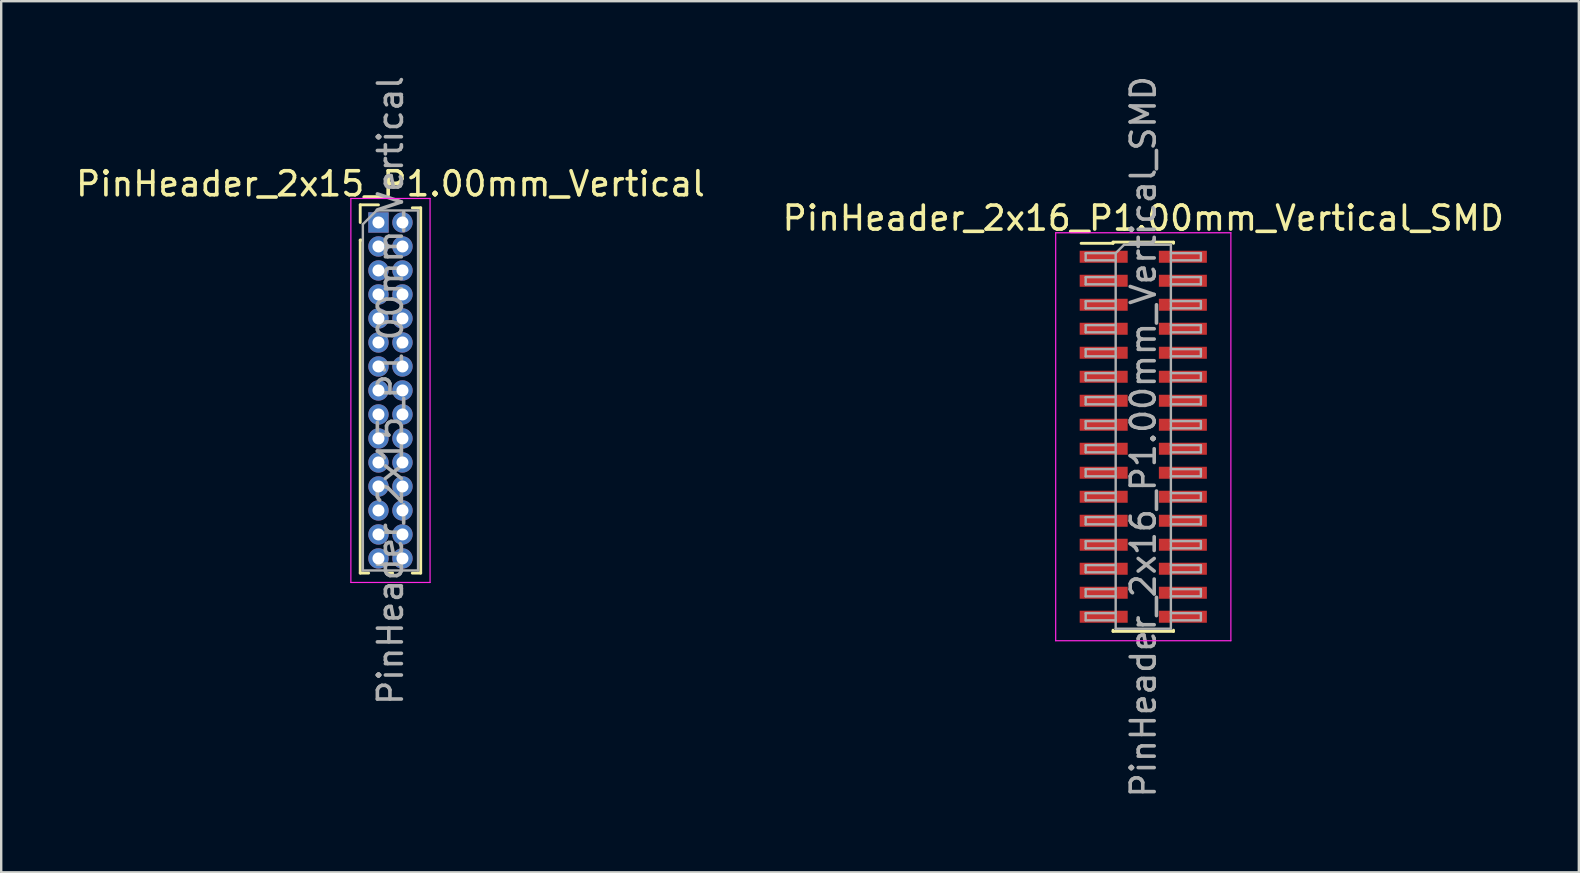
<source format=kicad_pcb>
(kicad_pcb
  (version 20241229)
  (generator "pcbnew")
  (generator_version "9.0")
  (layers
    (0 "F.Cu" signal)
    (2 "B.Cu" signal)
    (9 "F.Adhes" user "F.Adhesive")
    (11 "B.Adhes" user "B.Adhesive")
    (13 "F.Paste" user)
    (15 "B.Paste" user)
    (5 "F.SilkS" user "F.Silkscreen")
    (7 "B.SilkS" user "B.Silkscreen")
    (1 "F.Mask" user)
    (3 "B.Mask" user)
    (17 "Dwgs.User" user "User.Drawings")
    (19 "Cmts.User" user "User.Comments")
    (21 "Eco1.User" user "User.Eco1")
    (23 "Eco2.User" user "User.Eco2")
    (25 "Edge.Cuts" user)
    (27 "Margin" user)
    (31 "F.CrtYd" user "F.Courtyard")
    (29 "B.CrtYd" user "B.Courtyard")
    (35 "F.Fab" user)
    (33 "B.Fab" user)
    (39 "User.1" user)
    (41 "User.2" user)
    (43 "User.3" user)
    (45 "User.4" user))
  (footprint "PinHeader_2x15_P1.00mm_Vertical"
    (layer "F.Cu")
    (at 12.72 6.22)
    (property "Reference" "PinHeader_2x15_P1.00mm_Vertical" (at 0.5 -1.61 0) (layer "F.SilkS") (effects (font (size 1 1) (thickness 0.15))))
    (attr through_hole)
    (fp_line (start -0.76 -0.735) (end 0 -0.735) (stroke (width 0.12) (type solid)) (layer "F.SilkS"))
    (fp_line (start -0.76 0) (end -0.76 -0.735) (stroke (width 0.12) (type solid)) (layer "F.SilkS"))
    (fp_line (start -0.76 0.735) (end -0.76 14.61) (stroke (width 0.12) (type solid)) (layer "F.SilkS"))
    (fp_line (start -0.76 0.735) (end -0.686 0.735) (stroke (width 0.12) (type solid)) (layer "F.SilkS"))
    (fp_line (start -0.76 14.61) (end -0.41 14.61) (stroke (width 0.12) (type solid)) (layer "F.SilkS"))
    (fp_line (start 0.41 14.61) (end 0.59 14.61) (stroke (width 0.12) (type solid)) (layer "F.SilkS"))
    (fp_line (start 1.41 -0.61) (end 1.76 -0.61) (stroke (width 0.12) (type solid)) (layer "F.SilkS"))
    (fp_line (start 1.41 14.61) (end 1.76 14.61) (stroke (width 0.12) (type solid)) (layer "F.SilkS"))
    (fp_line (start 1.76 -0.61) (end 1.76 14.61) (stroke (width 0.12) (type solid)) (layer "F.SilkS"))
    (fp_line (start -1.15 -1) (end -1.15 15) (stroke (width 0.05) (type solid)) (layer "F.CrtYd"))
    (fp_line (start -1.15 15) (end 2.15 15) (stroke (width 0.05) (type solid)) (layer "F.CrtYd"))
    (fp_line (start 2.15 -1) (end -1.15 -1) (stroke (width 0.05) (type solid)) (layer "F.CrtYd"))
    (fp_line (start 2.15 15) (end 2.15 -1) (stroke (width 0.05) (type solid)) (layer "F.CrtYd"))
    (fp_line (start -0.65 0.075) (end -0.075 -0.5) (stroke (width 0.1) (type solid)) (layer "F.Fab"))
    (fp_line (start -0.65 14.5) (end -0.65 0.075) (stroke (width 0.1) (type solid)) (layer "F.Fab"))
    (fp_line (start -0.075 -0.5) (end 1.65 -0.5) (stroke (width 0.1) (type solid)) (layer "F.Fab"))
    (fp_line (start 1.65 -0.5) (end 1.65 14.5) (stroke (width 0.1) (type solid)) (layer "F.Fab"))
    (fp_line (start 1.65 14.5) (end -0.65 14.5) (stroke (width 0.1) (type solid)) (layer "F.Fab"))
    (fp_text user "${REFERENCE}" (at 0.5 7 90) (layer "F.Fab") (effects (font (size 1 1) (thickness 0.15))))
    (pad "1" thru_hole rect (at 0 0) (size 0.85 0.85) (drill 0.5) (layers "*.Cu" "*.Mask"))
    (pad "2" thru_hole circle (at 1 0) (size 0.85 0.85) (drill 0.5) (layers "*.Cu" "*.Mask"))
    (pad "3" thru_hole circle (at 0 1) (size 0.85 0.85) (drill 0.5) (layers "*.Cu" "*.Mask"))
    (pad "4" thru_hole circle (at 1 1) (size 0.85 0.85) (drill 0.5) (layers "*.Cu" "*.Mask"))
    (pad "5" thru_hole circle (at 0 2) (size 0.85 0.85) (drill 0.5) (layers "*.Cu" "*.Mask"))
    (pad "6" thru_hole circle (at 1 2) (size 0.85 0.85) (drill 0.5) (layers "*.Cu" "*.Mask"))
    (pad "7" thru_hole circle (at 0 3) (size 0.85 0.85) (drill 0.5) (layers "*.Cu" "*.Mask"))
    (pad "8" thru_hole circle (at 1 3) (size 0.85 0.85) (drill 0.5) (layers "*.Cu" "*.Mask"))
    (pad "9" thru_hole circle (at 0 4) (size 0.85 0.85) (drill 0.5) (layers "*.Cu" "*.Mask"))
    (pad "10" thru_hole circle (at 1 4) (size 0.85 0.85) (drill 0.5) (layers "*.Cu" "*.Mask"))
    (pad "11" thru_hole circle (at 0 5) (size 0.85 0.85) (drill 0.5) (layers "*.Cu" "*.Mask"))
    (pad "12" thru_hole circle (at 1 5) (size 0.85 0.85) (drill 0.5) (layers "*.Cu" "*.Mask"))
    (pad "13" thru_hole circle (at 0 6) (size 0.85 0.85) (drill 0.5) (layers "*.Cu" "*.Mask"))
    (pad "14" thru_hole circle (at 1 6) (size 0.85 0.85) (drill 0.5) (layers "*.Cu" "*.Mask"))
    (pad "15" thru_hole circle (at 0 7) (size 0.85 0.85) (drill 0.5) (layers "*.Cu" "*.Mask"))
    (pad "16" thru_hole circle (at 1 7) (size 0.85 0.85) (drill 0.5) (layers "*.Cu" "*.Mask"))
    (pad "17" thru_hole circle (at 0 8) (size 0.85 0.85) (drill 0.5) (layers "*.Cu" "*.Mask"))
    (pad "18" thru_hole circle (at 1 8) (size 0.85 0.85) (drill 0.5) (layers "*.Cu" "*.Mask"))
    (pad "19" thru_hole circle (at 0 9) (size 0.85 0.85) (drill 0.5) (layers "*.Cu" "*.Mask"))
    (pad "20" thru_hole circle (at 1 9) (size 0.85 0.85) (drill 0.5) (layers "*.Cu" "*.Mask"))
    (pad "21" thru_hole circle (at 0 10) (size 0.85 0.85) (drill 0.5) (layers "*.Cu" "*.Mask"))
    (pad "22" thru_hole circle (at 1 10) (size 0.85 0.85) (drill 0.5) (layers "*.Cu" "*.Mask"))
    (pad "23" thru_hole circle (at 0 11) (size 0.85 0.85) (drill 0.5) (layers "*.Cu" "*.Mask"))
    (pad "24" thru_hole circle (at 1 11) (size 0.85 0.85) (drill 0.5) (layers "*.Cu" "*.Mask"))
    (pad "25" thru_hole circle (at 0 12) (size 0.85 0.85) (drill 0.5) (layers "*.Cu" "*.Mask"))
    (pad "26" thru_hole circle (at 1 12) (size 0.85 0.85) (drill 0.5) (layers "*.Cu" "*.Mask"))
    (pad "27" thru_hole circle (at 0 13) (size 0.85 0.85) (drill 0.5) (layers "*.Cu" "*.Mask"))
    (pad "28" thru_hole circle (at 1 13) (size 0.85 0.85) (drill 0.5) (layers "*.Cu" "*.Mask"))
    (pad "29" thru_hole circle (at 0 14) (size 0.85 0.85) (drill 0.5) (layers "*.Cu" "*.Mask"))
    (pad "30" thru_hole circle (at 1 14) (size 0.85 0.85) (drill 0.5) (layers "*.Cu" "*.Mask")))
  (footprint "PinHeader_2x16_P1.00mm_Vertical_SMD"
    (layer "F.Cu")
    (at 44.589 15.149)
    (property "Reference" "PinHeader_2x16_P1.00mm_Vertical_SMD" (at 0 -9.11 0) (layer "F.SilkS") (effects (font (size 1 1) (thickness 0.15))))
    (attr smd)
    (fp_line (start -2.59 -8.06) (end -1.26 -8.06) (stroke (width 0.12) (type solid)) (layer "F.SilkS"))
    (fp_line (start -1.26 -8.11) (end -1.26 -8.06) (stroke (width 0.12) (type solid)) (layer "F.SilkS"))
    (fp_line (start -1.26 -8.11) (end 1.26 -8.11) (stroke (width 0.12) (type solid)) (layer "F.SilkS"))
    (fp_line (start -1.26 8.06) (end -1.26 8.11) (stroke (width 0.12) (type solid)) (layer "F.SilkS"))
    (fp_line (start -1.26 8.11) (end 1.26 8.11) (stroke (width 0.12) (type solid)) (layer "F.SilkS"))
    (fp_line (start 1.26 -8.11) (end 1.26 -8.06) (stroke (width 0.12) (type solid)) (layer "F.SilkS"))
    (fp_line (start 1.26 8.06) (end 1.26 8.11) (stroke (width 0.12) (type solid)) (layer "F.SilkS"))
    (fp_line (start -3.65 -8.5) (end -3.65 8.5) (stroke (width 0.05) (type solid)) (layer "F.CrtYd"))
    (fp_line (start -3.65 8.5) (end 3.65 8.5) (stroke (width 0.05) (type solid)) (layer "F.CrtYd"))
    (fp_line (start 3.65 -8.5) (end -3.65 -8.5) (stroke (width 0.05) (type solid)) (layer "F.CrtYd"))
    (fp_line (start 3.65 8.5) (end 3.65 -8.5) (stroke (width 0.05) (type solid)) (layer "F.CrtYd"))
    (fp_line (start -2.4 -7.65) (end -2.4 -7.35) (stroke (width 0.1) (type solid)) (layer "F.Fab"))
    (fp_line (start -2.4 -7.35) (end -1.15 -7.35) (stroke (width 0.1) (type solid)) (layer "F.Fab"))
    (fp_line (start -2.4 -6.65) (end -2.4 -6.35) (stroke (width 0.1) (type solid)) (layer "F.Fab"))
    (fp_line (start -2.4 -6.35) (end -1.15 -6.35) (stroke (width 0.1) (type solid)) (layer "F.Fab"))
    (fp_line (start -2.4 -5.65) (end -2.4 -5.35) (stroke (width 0.1) (type solid)) (layer "F.Fab"))
    (fp_line (start -2.4 -5.35) (end -1.15 -5.35) (stroke (width 0.1) (type solid)) (layer "F.Fab"))
    (fp_line (start -2.4 -4.65) (end -2.4 -4.35) (stroke (width 0.1) (type solid)) (layer "F.Fab"))
    (fp_line (start -2.4 -4.35) (end -1.15 -4.35) (stroke (width 0.1) (type solid)) (layer "F.Fab"))
    (fp_line (start -2.4 -3.65) (end -2.4 -3.35) (stroke (width 0.1) (type solid)) (layer "F.Fab"))
    (fp_line (start -2.4 -3.35) (end -1.15 -3.35) (stroke (width 0.1) (type solid)) (layer "F.Fab"))
    (fp_line (start -2.4 -2.65) (end -2.4 -2.35) (stroke (width 0.1) (type solid)) (layer "F.Fab"))
    (fp_line (start -2.4 -2.35) (end -1.15 -2.35) (stroke (width 0.1) (type solid)) (layer "F.Fab"))
    (fp_line (start -2.4 -1.65) (end -2.4 -1.35) (stroke (width 0.1) (type solid)) (layer "F.Fab"))
    (fp_line (start -2.4 -1.35) (end -1.15 -1.35) (stroke (width 0.1) (type solid)) (layer "F.Fab"))
    (fp_line (start -2.4 -0.65) (end -2.4 -0.35) (stroke (width 0.1) (type solid)) (layer "F.Fab"))
    (fp_line (start -2.4 -0.35) (end -1.15 -0.35) (stroke (width 0.1) (type solid)) (layer "F.Fab"))
    (fp_line (start -2.4 0.35) (end -2.4 0.65) (stroke (width 0.1) (type solid)) (layer "F.Fab"))
    (fp_line (start -2.4 0.65) (end -1.15 0.65) (stroke (width 0.1) (type solid)) (layer "F.Fab"))
    (fp_line (start -2.4 1.35) (end -2.4 1.65) (stroke (width 0.1) (type solid)) (layer "F.Fab"))
    (fp_line (start -2.4 1.65) (end -1.15 1.65) (stroke (width 0.1) (type solid)) (layer "F.Fab"))
    (fp_line (start -2.4 2.35) (end -2.4 2.65) (stroke (width 0.1) (type solid)) (layer "F.Fab"))
    (fp_line (start -2.4 2.65) (end -1.15 2.65) (stroke (width 0.1) (type solid)) (layer "F.Fab"))
    (fp_line (start -2.4 3.35) (end -2.4 3.65) (stroke (width 0.1) (type solid)) (layer "F.Fab"))
    (fp_line (start -2.4 3.65) (end -1.15 3.65) (stroke (width 0.1) (type solid)) (layer "F.Fab"))
    (fp_line (start -2.4 4.35) (end -2.4 4.65) (stroke (width 0.1) (type solid)) (layer "F.Fab"))
    (fp_line (start -2.4 4.65) (end -1.15 4.65) (stroke (width 0.1) (type solid)) (layer "F.Fab"))
    (fp_line (start -2.4 5.35) (end -2.4 5.65) (stroke (width 0.1) (type solid)) (layer "F.Fab"))
    (fp_line (start -2.4 5.65) (end -1.15 5.65) (stroke (width 0.1) (type solid)) (layer "F.Fab"))
    (fp_line (start -2.4 6.35) (end -2.4 6.65) (stroke (width 0.1) (type solid)) (layer "F.Fab"))
    (fp_line (start -2.4 6.65) (end -1.15 6.65) (stroke (width 0.1) (type solid)) (layer "F.Fab"))
    (fp_line (start -2.4 7.35) (end -2.4 7.65) (stroke (width 0.1) (type solid)) (layer "F.Fab"))
    (fp_line (start -2.4 7.65) (end -1.15 7.65) (stroke (width 0.1) (type solid)) (layer "F.Fab"))
    (fp_line (start -1.15 -7.65) (end -2.4 -7.65) (stroke (width 0.1) (type solid)) (layer "F.Fab"))
    (fp_line (start -1.15 -7.65) (end -0.8 -8) (stroke (width 0.1) (type solid)) (layer "F.Fab"))
    (fp_line (start -1.15 -6.65) (end -2.4 -6.65) (stroke (width 0.1) (type solid)) (layer "F.Fab"))
    (fp_line (start -1.15 -5.65) (end -2.4 -5.65) (stroke (width 0.1) (type solid)) (layer "F.Fab"))
    (fp_line (start -1.15 -4.65) (end -2.4 -4.65) (stroke (width 0.1) (type solid)) (layer "F.Fab"))
    (fp_line (start -1.15 -3.65) (end -2.4 -3.65) (stroke (width 0.1) (type solid)) (layer "F.Fab"))
    (fp_line (start -1.15 -2.65) (end -2.4 -2.65) (stroke (width 0.1) (type solid)) (layer "F.Fab"))
    (fp_line (start -1.15 -1.65) (end -2.4 -1.65) (stroke (width 0.1) (type solid)) (layer "F.Fab"))
    (fp_line (start -1.15 -0.65) (end -2.4 -0.65) (stroke (width 0.1) (type solid)) (layer "F.Fab"))
    (fp_line (start -1.15 0.35) (end -2.4 0.35) (stroke (width 0.1) (type solid)) (layer "F.Fab"))
    (fp_line (start -1.15 1.35) (end -2.4 1.35) (stroke (width 0.1) (type solid)) (layer "F.Fab"))
    (fp_line (start -1.15 2.35) (end -2.4 2.35) (stroke (width 0.1) (type solid)) (layer "F.Fab"))
    (fp_line (start -1.15 3.35) (end -2.4 3.35) (stroke (width 0.1) (type solid)) (layer "F.Fab"))
    (fp_line (start -1.15 4.35) (end -2.4 4.35) (stroke (width 0.1) (type solid)) (layer "F.Fab"))
    (fp_line (start -1.15 5.35) (end -2.4 5.35) (stroke (width 0.1) (type solid)) (layer "F.Fab"))
    (fp_line (start -1.15 6.35) (end -2.4 6.35) (stroke (width 0.1) (type solid)) (layer "F.Fab"))
    (fp_line (start -1.15 7.35) (end -2.4 7.35) (stroke (width 0.1) (type solid)) (layer "F.Fab"))
    (fp_line (start -1.15 8) (end -1.15 -7.65) (stroke (width 0.1) (type solid)) (layer "F.Fab"))
    (fp_line (start -0.8 -8) (end 1.15 -8) (stroke (width 0.1) (type solid)) (layer "F.Fab"))
    (fp_line (start 1.15 -8) (end 1.15 8) (stroke (width 0.1) (type solid)) (layer "F.Fab"))
    (fp_line (start 1.15 -7.65) (end 2.4 -7.65) (stroke (width 0.1) (type solid)) (layer "F.Fab"))
    (fp_line (start 1.15 -6.65) (end 2.4 -6.65) (stroke (width 0.1) (type solid)) (layer "F.Fab"))
    (fp_line (start 1.15 -5.65) (end 2.4 -5.65) (stroke (width 0.1) (type solid)) (layer "F.Fab"))
    (fp_line (start 1.15 -4.65) (end 2.4 -4.65) (stroke (width 0.1) (type solid)) (layer "F.Fab"))
    (fp_line (start 1.15 -3.65) (end 2.4 -3.65) (stroke (width 0.1) (type solid)) (layer "F.Fab"))
    (fp_line (start 1.15 -2.65) (end 2.4 -2.65) (stroke (width 0.1) (type solid)) (layer "F.Fab"))
    (fp_line (start 1.15 -1.65) (end 2.4 -1.65) (stroke (width 0.1) (type solid)) (layer "F.Fab"))
    (fp_line (start 1.15 -0.65) (end 2.4 -0.65) (stroke (width 0.1) (type solid)) (layer "F.Fab"))
    (fp_line (start 1.15 0.35) (end 2.4 0.35) (stroke (width 0.1) (type solid)) (layer "F.Fab"))
    (fp_line (start 1.15 1.35) (end 2.4 1.35) (stroke (width 0.1) (type solid)) (layer "F.Fab"))
    (fp_line (start 1.15 2.35) (end 2.4 2.35) (stroke (width 0.1) (type solid)) (layer "F.Fab"))
    (fp_line (start 1.15 3.35) (end 2.4 3.35) (stroke (width 0.1) (type solid)) (layer "F.Fab"))
    (fp_line (start 1.15 4.35) (end 2.4 4.35) (stroke (width 0.1) (type solid)) (layer "F.Fab"))
    (fp_line (start 1.15 5.35) (end 2.4 5.35) (stroke (width 0.1) (type solid)) (layer "F.Fab"))
    (fp_line (start 1.15 6.35) (end 2.4 6.35) (stroke (width 0.1) (type solid)) (layer "F.Fab"))
    (fp_line (start 1.15 7.35) (end 2.4 7.35) (stroke (width 0.1) (type solid)) (layer "F.Fab"))
    (fp_line (start 1.15 8) (end -1.15 8) (stroke (width 0.1) (type solid)) (layer "F.Fab"))
    (fp_line (start 2.4 -7.65) (end 2.4 -7.35) (stroke (width 0.1) (type solid)) (layer "F.Fab"))
    (fp_line (start 2.4 -7.35) (end 1.15 -7.35) (stroke (width 0.1) (type solid)) (layer "F.Fab"))
    (fp_line (start 2.4 -6.65) (end 2.4 -6.35) (stroke (width 0.1) (type solid)) (layer "F.Fab"))
    (fp_line (start 2.4 -6.35) (end 1.15 -6.35) (stroke (width 0.1) (type solid)) (layer "F.Fab"))
    (fp_line (start 2.4 -5.65) (end 2.4 -5.35) (stroke (width 0.1) (type solid)) (layer "F.Fab"))
    (fp_line (start 2.4 -5.35) (end 1.15 -5.35) (stroke (width 0.1) (type solid)) (layer "F.Fab"))
    (fp_line (start 2.4 -4.65) (end 2.4 -4.35) (stroke (width 0.1) (type solid)) (layer "F.Fab"))
    (fp_line (start 2.4 -4.35) (end 1.15 -4.35) (stroke (width 0.1) (type solid)) (layer "F.Fab"))
    (fp_line (start 2.4 -3.65) (end 2.4 -3.35) (stroke (width 0.1) (type solid)) (layer "F.Fab"))
    (fp_line (start 2.4 -3.35) (end 1.15 -3.35) (stroke (width 0.1) (type solid)) (layer "F.Fab"))
    (fp_line (start 2.4 -2.65) (end 2.4 -2.35) (stroke (width 0.1) (type solid)) (layer "F.Fab"))
    (fp_line (start 2.4 -2.35) (end 1.15 -2.35) (stroke (width 0.1) (type solid)) (layer "F.Fab"))
    (fp_line (start 2.4 -1.65) (end 2.4 -1.35) (stroke (width 0.1) (type solid)) (layer "F.Fab"))
    (fp_line (start 2.4 -1.35) (end 1.15 -1.35) (stroke (width 0.1) (type solid)) (layer "F.Fab"))
    (fp_line (start 2.4 -0.65) (end 2.4 -0.35) (stroke (width 0.1) (type solid)) (layer "F.Fab"))
    (fp_line (start 2.4 -0.35) (end 1.15 -0.35) (stroke (width 0.1) (type solid)) (layer "F.Fab"))
    (fp_line (start 2.4 0.35) (end 2.4 0.65) (stroke (width 0.1) (type solid)) (layer "F.Fab"))
    (fp_line (start 2.4 0.65) (end 1.15 0.65) (stroke (width 0.1) (type solid)) (layer "F.Fab"))
    (fp_line (start 2.4 1.35) (end 2.4 1.65) (stroke (width 0.1) (type solid)) (layer "F.Fab"))
    (fp_line (start 2.4 1.65) (end 1.15 1.65) (stroke (width 0.1) (type solid)) (layer "F.Fab"))
    (fp_line (start 2.4 2.35) (end 2.4 2.65) (stroke (width 0.1) (type solid)) (layer "F.Fab"))
    (fp_line (start 2.4 2.65) (end 1.15 2.65) (stroke (width 0.1) (type solid)) (layer "F.Fab"))
    (fp_line (start 2.4 3.35) (end 2.4 3.65) (stroke (width 0.1) (type solid)) (layer "F.Fab"))
    (fp_line (start 2.4 3.65) (end 1.15 3.65) (stroke (width 0.1) (type solid)) (layer "F.Fab"))
    (fp_line (start 2.4 4.35) (end 2.4 4.65) (stroke (width 0.1) (type solid)) (layer "F.Fab"))
    (fp_line (start 2.4 4.65) (end 1.15 4.65) (stroke (width 0.1) (type solid)) (layer "F.Fab"))
    (fp_line (start 2.4 5.35) (end 2.4 5.65) (stroke (width 0.1) (type solid)) (layer "F.Fab"))
    (fp_line (start 2.4 5.65) (end 1.15 5.65) (stroke (width 0.1) (type solid)) (layer "F.Fab"))
    (fp_line (start 2.4 6.35) (end 2.4 6.65) (stroke (width 0.1) (type solid)) (layer "F.Fab"))
    (fp_line (start 2.4 6.65) (end 1.15 6.65) (stroke (width 0.1) (type solid)) (layer "F.Fab"))
    (fp_line (start 2.4 7.35) (end 2.4 7.65) (stroke (width 0.1) (type solid)) (layer "F.Fab"))
    (fp_line (start 2.4 7.65) (end 1.15 7.65) (stroke (width 0.1) (type solid)) (layer "F.Fab"))
    (fp_text user "${REFERENCE}" (at 0 0 90) (layer "F.Fab") (effects (font (size 1 1) (thickness 0.15))))
    (pad "1" smd rect (at -1.65 -7.5) (size 2 0.5) (layers "F.Cu" "F.Mask" "F.Paste"))
    (pad "2" smd rect (at 1.65 -7.5) (size 2 0.5) (layers "F.Cu" "F.Mask" "F.Paste"))
    (pad "3" smd rect (at -1.65 -6.5) (size 2 0.5) (layers "F.Cu" "F.Mask" "F.Paste"))
    (pad "4" smd rect (at 1.65 -6.5) (size 2 0.5) (layers "F.Cu" "F.Mask" "F.Paste"))
    (pad "5" smd rect (at -1.65 -5.5) (size 2 0.5) (layers "F.Cu" "F.Mask" "F.Paste"))
    (pad "6" smd rect (at 1.65 -5.5) (size 2 0.5) (layers "F.Cu" "F.Mask" "F.Paste"))
    (pad "7" smd rect (at -1.65 -4.5) (size 2 0.5) (layers "F.Cu" "F.Mask" "F.Paste"))
    (pad "8" smd rect (at 1.65 -4.5) (size 2 0.5) (layers "F.Cu" "F.Mask" "F.Paste"))
    (pad "9" smd rect (at -1.65 -3.5) (size 2 0.5) (layers "F.Cu" "F.Mask" "F.Paste"))
    (pad "10" smd rect (at 1.65 -3.5) (size 2 0.5) (layers "F.Cu" "F.Mask" "F.Paste"))
    (pad "11" smd rect (at -1.65 -2.5) (size 2 0.5) (layers "F.Cu" "F.Mask" "F.Paste"))
    (pad "12" smd rect (at 1.65 -2.5) (size 2 0.5) (layers "F.Cu" "F.Mask" "F.Paste"))
    (pad "13" smd rect (at -1.65 -1.5) (size 2 0.5) (layers "F.Cu" "F.Mask" "F.Paste"))
    (pad "14" smd rect (at 1.65 -1.5) (size 2 0.5) (layers "F.Cu" "F.Mask" "F.Paste"))
    (pad "15" smd rect (at -1.65 -0.5) (size 2 0.5) (layers "F.Cu" "F.Mask" "F.Paste"))
    (pad "16" smd rect (at 1.65 -0.5) (size 2 0.5) (layers "F.Cu" "F.Mask" "F.Paste"))
    (pad "17" smd rect (at -1.65 0.5) (size 2 0.5) (layers "F.Cu" "F.Mask" "F.Paste"))
    (pad "18" smd rect (at 1.65 0.5) (size 2 0.5) (layers "F.Cu" "F.Mask" "F.Paste"))
    (pad "19" smd rect (at -1.65 1.5) (size 2 0.5) (layers "F.Cu" "F.Mask" "F.Paste"))
    (pad "20" smd rect (at 1.65 1.5) (size 2 0.5) (layers "F.Cu" "F.Mask" "F.Paste"))
    (pad "21" smd rect (at -1.65 2.5) (size 2 0.5) (layers "F.Cu" "F.Mask" "F.Paste"))
    (pad "22" smd rect (at 1.65 2.5) (size 2 0.5) (layers "F.Cu" "F.Mask" "F.Paste"))
    (pad "23" smd rect (at -1.65 3.5) (size 2 0.5) (layers "F.Cu" "F.Mask" "F.Paste"))
    (pad "24" smd rect (at 1.65 3.5) (size 2 0.5) (layers "F.Cu" "F.Mask" "F.Paste"))
    (pad "25" smd rect (at -1.65 4.5) (size 2 0.5) (layers "F.Cu" "F.Mask" "F.Paste"))
    (pad "26" smd rect (at 1.65 4.5) (size 2 0.5) (layers "F.Cu" "F.Mask" "F.Paste"))
    (pad "27" smd rect (at -1.65 5.5) (size 2 0.5) (layers "F.Cu" "F.Mask" "F.Paste"))
    (pad "28" smd rect (at 1.65 5.5) (size 2 0.5) (layers "F.Cu" "F.Mask" "F.Paste"))
    (pad "29" smd rect (at -1.65 6.5) (size 2 0.5) (layers "F.Cu" "F.Mask" "F.Paste"))
    (pad "30" smd rect (at 1.65 6.5) (size 2 0.5) (layers "F.Cu" "F.Mask" "F.Paste"))
    (pad "31" smd rect (at -1.65 7.5) (size 2 0.5) (layers "F.Cu" "F.Mask" "F.Paste"))
    (pad "32" smd rect (at 1.65 7.5) (size 2 0.5) (layers "F.Cu" "F.Mask" "F.Paste")))
  (gr_rect
    (start -3 -3)
    (end 62.738 33.298)
    (stroke (width 0.1) (type default))
    (fill no)
    (layer "Edge.Cuts")))
</source>
